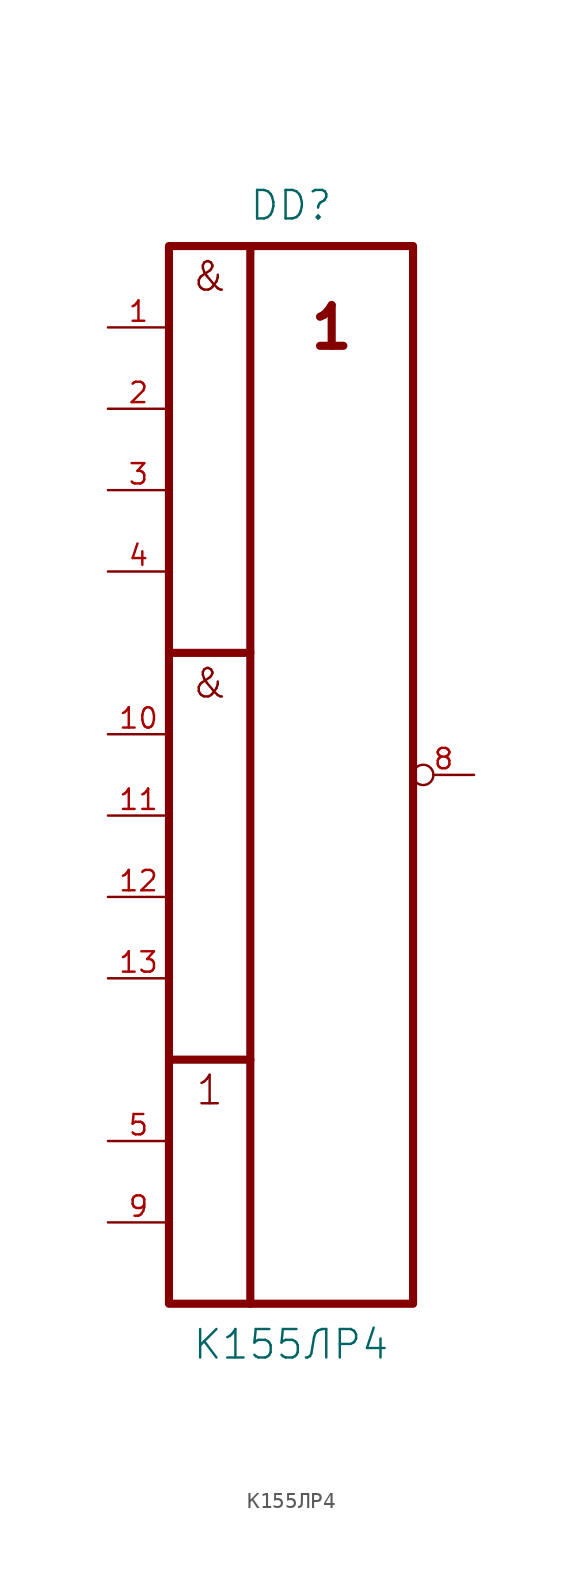
<source format=kicad_sym>
(kicad_symbol_lib
  (version 20211014)
  (generator kicad_symbol_editor)
  (symbol "К155ЛР4"
    (pin_names
      (offset 1.27))
    (property "Reference" "DD"
      (at 0 35.56 0)
      (effects (font (size 1.778 1.778))))
    (property "Value" "К155ЛР4"
      (at 0 -35.56 0)
      (effects (font (size 1.778 1.778))))
    (symbol "К155ЛР4_0_0"
      (text "&" (at -5.08 5.715 0) (effects (font (size 1.778 1.778))))
      (text "&" (at -5.08 31.115 0) (effects (font (size 1.778 1.778))))
      (text "1" (at -5.08 -19.685 0) (effects (font (size 1.778 1.778))))
      (text "1" (at 2.54 27.94 0) (effects (font (size 2.54 2.54) bold))))
    (symbol "К155ЛР4_0_1"
      (rectangle (start -7.62 33.02) (end 7.62 -33.02) (stroke (width 0.508) (type default) (color 0 0 0 0)) (fill (type none)))
      (polyline (pts (xy -7.62 -17.78) (xy -2.54 -17.78)) (stroke (width 0.508) (type default) (color 0 0 0 0)) (fill (type none)))
      (polyline (pts (xy -7.62 7.62) (xy -2.54 7.62)) (stroke (width 0.508) (type default) (color 0 0 0 0)) (fill (type none)))
      (polyline (pts (xy -2.54 33.02) (xy -2.54 -33.02)) (stroke (width 0.508) (type default) (color 0 0 0 0)) (fill (type none)))
      (pin input line (at -11.43 27.94 0) (length 3.81) (name "~" (effects (font (size 1.778 1.778)))) (number "1" (effects (font (size 1.27 1.27)))))
      (pin input line (at -11.43 2.54 0) (length 3.81) (name "~" (effects (font (size 1.778 1.778)))) (number "10" (effects (font (size 1.27 1.27)))))
      (pin input line (at -11.43 -2.54 0) (length 3.81) (name "~" (effects (font (size 1.778 1.778)))) (number "11" (effects (font (size 1.27 1.27)))))
      (pin input line (at -11.43 -7.62 0) (length 3.81) (name "~" (effects (font (size 1.778 1.778)))) (number "12" (effects (font (size 1.27 1.27)))))
      (pin input line (at -11.43 -12.7 0) (length 3.81) (name "~" (effects (font (size 1.778 1.778)))) (number "13" (effects (font (size 1.27 1.27)))))
      (pin power_in non_logic (at 11.43 30.48 180) (length 3.81) hide (name "VCC" (effects (font (size 1.27 1.27)))) (number "14" (effects (font (size 1.27 1.27)))))
      (pin input line (at -11.43 22.86 0) (length 3.81) (name "~" (effects (font (size 1.778 1.778)))) (number "2" (effects (font (size 1.27 1.27)))))
      (pin input line (at -11.43 17.78 0) (length 3.81) (name "~" (effects (font (size 1.778 1.778)))) (number "3" (effects (font (size 1.27 1.27)))))
      (pin input line (at -11.43 12.7 0) (length 3.81) (name "~" (effects (font (size 1.778 1.778)))) (number "4" (effects (font (size 1.27 1.27)))))
      (pin input line (at -11.43 -22.86 0) (length 3.81) (name "~" (effects (font (size 1.778 1.778)))) (number "5" (effects (font (size 1.27 1.27)))))
      (pin power_in non_logic (at 11.43 -30.48 180) (length 3.81) hide (name "GND" (effects (font (size 1.27 1.27)))) (number "7" (effects (font (size 1.27 1.27)))))
      (pin input line (at -11.43 -27.94 0) (length 3.81) (name "~" (effects (font (size 1.778 1.778)))) (number "9" (effects (font (size 1.27 1.27))))))
    (symbol "К155ЛР4_1_1"
      (pin output inverted (at 11.43 0 180) (length 3.81) (name "~" (effects (font (size 1.778 1.778)))) (number "8" (effects (font (size 1.27 1.27))))))))
</source>
